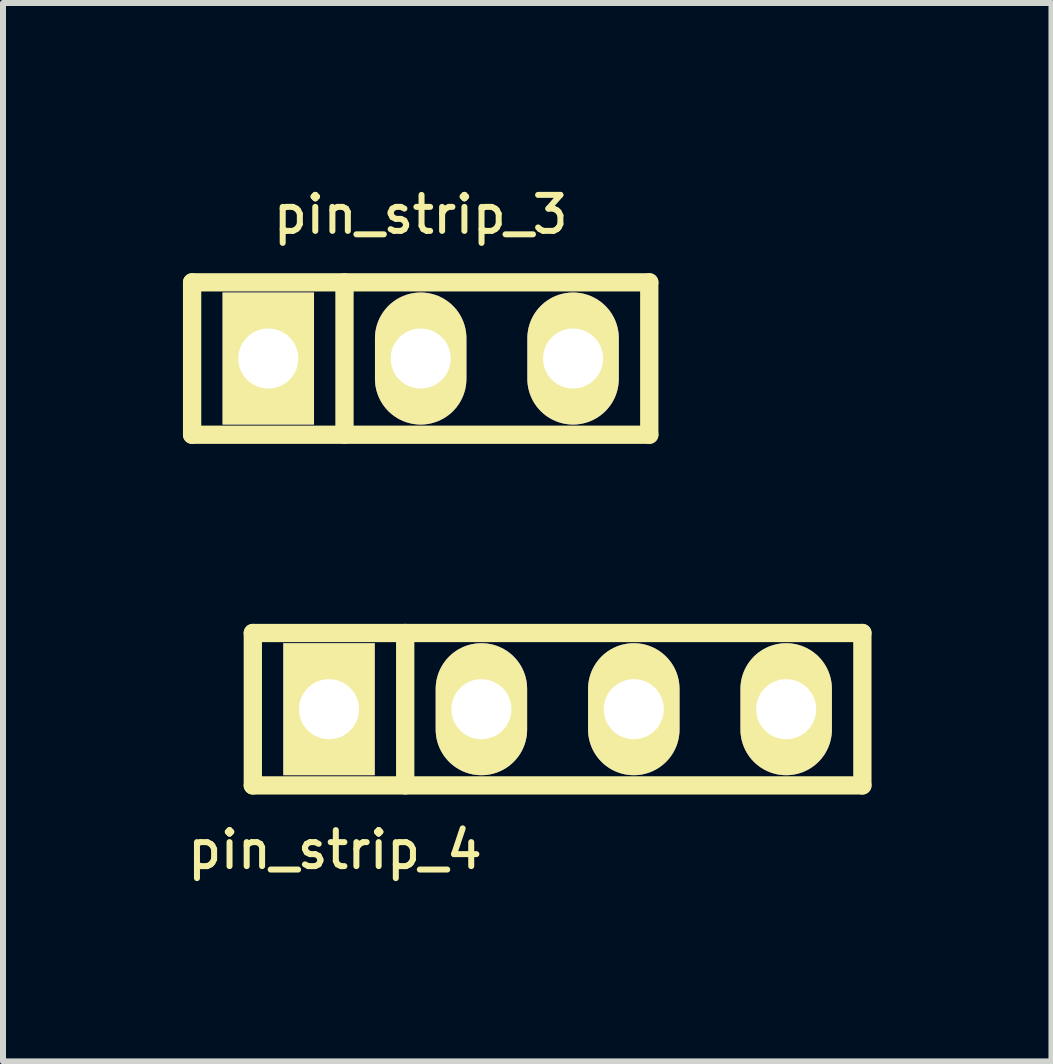
<source format=kicad_pcb>
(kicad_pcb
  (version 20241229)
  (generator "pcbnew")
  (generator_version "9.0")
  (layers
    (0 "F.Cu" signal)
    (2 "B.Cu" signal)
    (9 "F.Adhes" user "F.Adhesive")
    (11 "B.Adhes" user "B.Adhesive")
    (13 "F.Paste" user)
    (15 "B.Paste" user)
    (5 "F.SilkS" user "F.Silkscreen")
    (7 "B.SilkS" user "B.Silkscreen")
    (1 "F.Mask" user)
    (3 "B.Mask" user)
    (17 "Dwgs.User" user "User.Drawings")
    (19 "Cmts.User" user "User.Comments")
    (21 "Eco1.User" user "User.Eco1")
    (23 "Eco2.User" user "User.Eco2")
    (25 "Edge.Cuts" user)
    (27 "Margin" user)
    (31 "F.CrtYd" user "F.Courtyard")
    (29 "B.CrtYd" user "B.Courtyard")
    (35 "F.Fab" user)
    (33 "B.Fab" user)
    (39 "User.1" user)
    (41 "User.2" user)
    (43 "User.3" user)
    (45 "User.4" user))
  (footprint "pin_strip_4"
    (layer "F.Cu")
    (at 6.244 8.771)
    (property "Reference" "pin_strip_4" (at -3.711 2.343 0) (layer "F.SilkS") (effects (font (size 0.6 0.6) (thickness 0.1))))
    (attr through_hole)
    (fp_line (start -5.08 -1.27) (end 5.08 -1.27) (stroke (width 0.305) (type solid)) (layer "F.SilkS"))
    (fp_line (start -5.08 1.27) (end -5.08 -1.27) (stroke (width 0.305) (type solid)) (layer "F.SilkS"))
    (fp_line (start -2.54 -1.27) (end -2.54 1.27) (stroke (width 0.305) (type solid)) (layer "F.SilkS"))
    (fp_line (start 5.08 -1.27) (end 5.08 1.27) (stroke (width 0.305) (type solid)) (layer "F.SilkS"))
    (fp_line (start 5.08 1.27) (end -5.08 1.27) (stroke (width 0.305) (type solid)) (layer "F.SilkS"))
    (pad "1" thru_hole rect (at -3.81 0) (size 1.524 2.2) (drill 1.001) (layers "*.Cu" "*.Mask" "F.SilkS"))
    (pad "2" thru_hole oval (at -1.27 0) (size 1.524 2.2) (drill 1.001) (layers "*.Cu" "*.Mask" "F.SilkS"))
    (pad "3" thru_hole oval (at 1.27 0) (size 1.524 2.2) (drill 1.001) (layers "*.Cu" "*.Mask" "F.SilkS"))
    (pad "4" thru_hole oval (at 3.81 0) (size 1.524 2.2) (drill 1.001) (layers "*.Cu" "*.Mask" "F.SilkS")))
  (footprint "pin_strip_3"
    (layer "F.Cu")
    (at 3.962 2.926)
    (property "Reference" "pin_strip_3" (at 0 -2.4 0) (layer "F.SilkS") (effects (font (size 0.6 0.6) (thickness 0.1))))
    (attr through_hole)
    (fp_line (start -3.81 -1.27) (end 3.81 -1.27) (stroke (width 0.305) (type solid)) (layer "F.SilkS"))
    (fp_line (start -3.81 1.27) (end -3.81 -1.27) (stroke (width 0.305) (type solid)) (layer "F.SilkS"))
    (fp_line (start -1.27 1.27) (end -1.27 -1.27) (stroke (width 0.305) (type solid)) (layer "F.SilkS"))
    (fp_line (start 3.81 -1.27) (end 3.81 1.27) (stroke (width 0.305) (type solid)) (layer "F.SilkS"))
    (fp_line (start 3.81 1.27) (end -3.81 1.27) (stroke (width 0.305) (type solid)) (layer "F.SilkS"))
    (pad "1" thru_hole rect (at -2.54 0) (size 1.524 2.2) (drill 1.001) (layers "*.Cu" "*.Mask" "F.SilkS"))
    (pad "2" thru_hole oval (at 0 0) (size 1.524 2.2) (drill 1.001) (layers "*.Cu" "*.Mask" "F.SilkS"))
    (pad "3" thru_hole oval (at 2.54 0) (size 1.524 2.2) (drill 1.001) (layers "*.Cu" "*.Mask" "F.SilkS")))
  (gr_rect
    (start -3 -3)
    (end 14.476 14.641)
    (stroke (width 0.1) (type default))
    (fill no)
    (layer "Edge.Cuts")))
</source>
